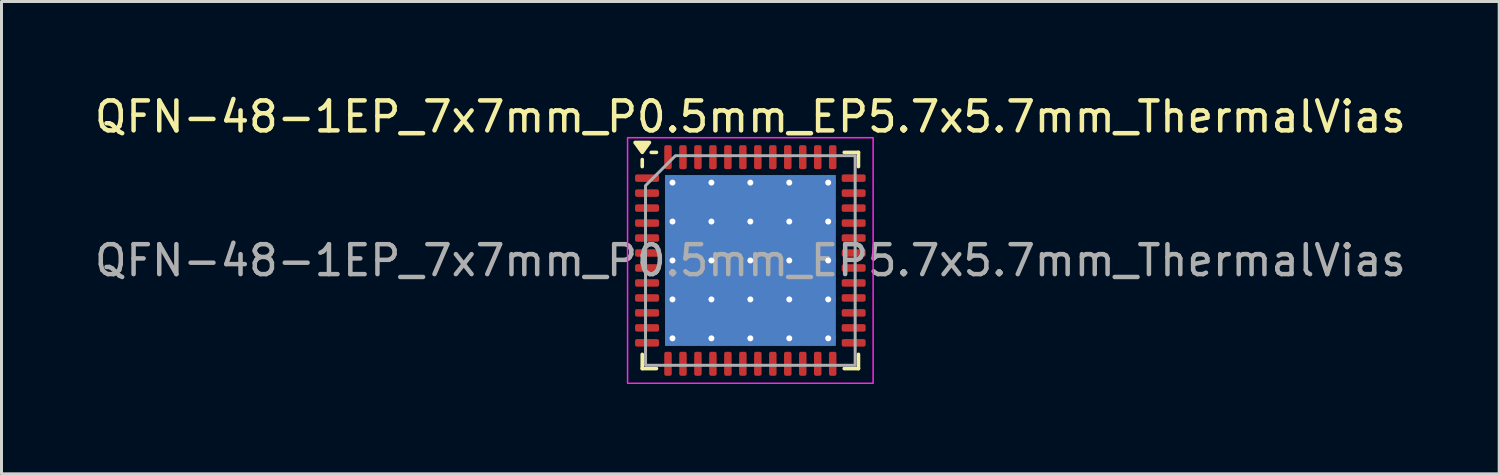
<source format=kicad_pcb>
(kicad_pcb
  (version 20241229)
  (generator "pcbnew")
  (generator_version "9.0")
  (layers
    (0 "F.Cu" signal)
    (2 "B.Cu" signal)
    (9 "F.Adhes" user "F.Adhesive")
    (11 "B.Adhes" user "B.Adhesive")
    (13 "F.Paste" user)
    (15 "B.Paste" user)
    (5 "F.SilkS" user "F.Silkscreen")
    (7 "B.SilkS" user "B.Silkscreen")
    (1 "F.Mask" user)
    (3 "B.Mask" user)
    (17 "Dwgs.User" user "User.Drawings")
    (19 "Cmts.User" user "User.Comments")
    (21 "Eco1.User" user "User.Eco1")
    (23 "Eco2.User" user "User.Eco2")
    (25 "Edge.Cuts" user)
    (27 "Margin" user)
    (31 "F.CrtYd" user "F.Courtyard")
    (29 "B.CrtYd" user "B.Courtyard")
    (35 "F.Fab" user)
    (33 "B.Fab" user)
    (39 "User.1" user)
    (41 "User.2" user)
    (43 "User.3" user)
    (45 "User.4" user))
  (footprint "QFN-48-1EP_7x7mm_P0.5mm_EP5.7x5.7mm_ThermalVias"
    (layer "F.Cu")
    (at 22.006 5.648)
    (property "Reference" "QFN-48-1EP_7x7mm_P0.5mm_EP5.7x5.7mm_ThermalVias" (at 0 -4.8 0) (layer "F.SilkS") (effects (font (size 1 1) (thickness 0.15))))
    (attr smd)
    (fp_line (start -3.61 -3.135) (end -3.61 -3.37) (stroke (width 0.12) (type solid)) (layer "F.SilkS"))
    (fp_line (start -3.61 3.61) (end -3.61 3.135) (stroke (width 0.12) (type solid)) (layer "F.SilkS"))
    (fp_line (start -3.135 -3.61) (end -3.31 -3.61) (stroke (width 0.12) (type solid)) (layer "F.SilkS"))
    (fp_line (start -3.135 3.61) (end -3.61 3.61) (stroke (width 0.12) (type solid)) (layer "F.SilkS"))
    (fp_line (start 3.135 -3.61) (end 3.61 -3.61) (stroke (width 0.12) (type solid)) (layer "F.SilkS"))
    (fp_line (start 3.135 3.61) (end 3.61 3.61) (stroke (width 0.12) (type solid)) (layer "F.SilkS"))
    (fp_line (start 3.61 -3.61) (end 3.61 -3.135) (stroke (width 0.12) (type solid)) (layer "F.SilkS"))
    (fp_line (start 3.61 3.61) (end 3.61 3.135) (stroke (width 0.12) (type solid)) (layer "F.SilkS"))
    (fp_poly (pts (xy -3.61 -3.61) (xy -3.85 -3.94) (xy -3.37 -3.94)) (stroke (width 0.12) (type solid)) (fill yes) (layer "F.SilkS"))
    (fp_rect (start -4.1 -4.1) (end 4.1 4.1) (stroke (width 0.05) (type solid)) (fill no) (layer "F.CrtYd"))
    (fp_poly (pts (xy -3.5 -2.5) (xy -3.5 3.5) (xy 3.5 3.5) (xy 3.5 -3.5) (xy -2.5 -3.5)) (stroke (width 0.1) (type solid)) (fill no) (layer "F.Fab"))
    (fp_text user "${REFERENCE}" (at 0 0 0) (layer "F.Fab") (effects (font (size 1 1) (thickness 0.15))))
    (pad "" smd roundrect (at -1.95 -1.95) (size 1.104 1.104) (layers "F.Paste") (roundrect_rratio 0.226))
    (pad "" smd roundrect (at -1.95 -0.65) (size 1.104 1.104) (layers "F.Paste") (roundrect_rratio 0.226))
    (pad "" smd roundrect (at -1.95 0.65) (size 1.104 1.104) (layers "F.Paste") (roundrect_rratio 0.226))
    (pad "" smd roundrect (at -1.95 1.95) (size 1.104 1.104) (layers "F.Paste") (roundrect_rratio 0.226))
    (pad "" smd roundrect (at -0.65 -1.95) (size 1.104 1.104) (layers "F.Paste") (roundrect_rratio 0.226))
    (pad "" smd roundrect (at -0.65 -0.65) (size 1.104 1.104) (layers "F.Paste") (roundrect_rratio 0.226))
    (pad "" smd roundrect (at -0.65 0.65) (size 1.104 1.104) (layers "F.Paste") (roundrect_rratio 0.226))
    (pad "" smd roundrect (at -0.65 1.95) (size 1.104 1.104) (layers "F.Paste") (roundrect_rratio 0.226))
    (pad "" smd roundrect (at 0.65 -1.95) (size 1.104 1.104) (layers "F.Paste") (roundrect_rratio 0.226))
    (pad "" smd roundrect (at 0.65 -0.65) (size 1.104 1.104) (layers "F.Paste") (roundrect_rratio 0.226))
    (pad "" smd roundrect (at 0.65 0.65) (size 1.104 1.104) (layers "F.Paste") (roundrect_rratio 0.226))
    (pad "" smd roundrect (at 0.65 1.95) (size 1.104 1.104) (layers "F.Paste") (roundrect_rratio 0.226))
    (pad "" smd roundrect (at 1.95 -1.95) (size 1.104 1.104) (layers "F.Paste") (roundrect_rratio 0.226))
    (pad "" smd roundrect (at 1.95 -0.65) (size 1.104 1.104) (layers "F.Paste") (roundrect_rratio 0.226))
    (pad "" smd roundrect (at 1.95 0.65) (size 1.104 1.104) (layers "F.Paste") (roundrect_rratio 0.226))
    (pad "" smd roundrect (at 1.95 1.95) (size 1.104 1.104) (layers "F.Paste") (roundrect_rratio 0.226))
    (pad "1" smd roundrect (at -3.45 -2.75) (size 0.8 0.25) (layers "F.Cu" "F.Mask" "F.Paste") (roundrect_rratio 0.25))
    (pad "2" smd roundrect (at -3.45 -2.25) (size 0.8 0.25) (layers "F.Cu" "F.Mask" "F.Paste") (roundrect_rratio 0.25))
    (pad "3" smd roundrect (at -3.45 -1.75) (size 0.8 0.25) (layers "F.Cu" "F.Mask" "F.Paste") (roundrect_rratio 0.25))
    (pad "4" smd roundrect (at -3.45 -1.25) (size 0.8 0.25) (layers "F.Cu" "F.Mask" "F.Paste") (roundrect_rratio 0.25))
    (pad "5" smd roundrect (at -3.45 -0.75) (size 0.8 0.25) (layers "F.Cu" "F.Mask" "F.Paste") (roundrect_rratio 0.25))
    (pad "6" smd roundrect (at -3.45 -0.25) (size 0.8 0.25) (layers "F.Cu" "F.Mask" "F.Paste") (roundrect_rratio 0.25))
    (pad "7" smd roundrect (at -3.45 0.25) (size 0.8 0.25) (layers "F.Cu" "F.Mask" "F.Paste") (roundrect_rratio 0.25))
    (pad "8" smd roundrect (at -3.45 0.75) (size 0.8 0.25) (layers "F.Cu" "F.Mask" "F.Paste") (roundrect_rratio 0.25))
    (pad "9" smd roundrect (at -3.45 1.25) (size 0.8 0.25) (layers "F.Cu" "F.Mask" "F.Paste") (roundrect_rratio 0.25))
    (pad "10" smd roundrect (at -3.45 1.75) (size 0.8 0.25) (layers "F.Cu" "F.Mask" "F.Paste") (roundrect_rratio 0.25))
    (pad "11" smd roundrect (at -3.45 2.25) (size 0.8 0.25) (layers "F.Cu" "F.Mask" "F.Paste") (roundrect_rratio 0.25))
    (pad "12" smd roundrect (at -3.45 2.75) (size 0.8 0.25) (layers "F.Cu" "F.Mask" "F.Paste") (roundrect_rratio 0.25))
    (pad "13" smd roundrect (at -2.75 3.45) (size 0.25 0.8) (layers "F.Cu" "F.Mask" "F.Paste") (roundrect_rratio 0.25))
    (pad "14" smd roundrect (at -2.25 3.45) (size 0.25 0.8) (layers "F.Cu" "F.Mask" "F.Paste") (roundrect_rratio 0.25))
    (pad "15" smd roundrect (at -1.75 3.45) (size 0.25 0.8) (layers "F.Cu" "F.Mask" "F.Paste") (roundrect_rratio 0.25))
    (pad "16" smd roundrect (at -1.25 3.45) (size 0.25 0.8) (layers "F.Cu" "F.Mask" "F.Paste") (roundrect_rratio 0.25))
    (pad "17" smd roundrect (at -0.75 3.45) (size 0.25 0.8) (layers "F.Cu" "F.Mask" "F.Paste") (roundrect_rratio 0.25))
    (pad "18" smd roundrect (at -0.25 3.45) (size 0.25 0.8) (layers "F.Cu" "F.Mask" "F.Paste") (roundrect_rratio 0.25))
    (pad "19" smd roundrect (at 0.25 3.45) (size 0.25 0.8) (layers "F.Cu" "F.Mask" "F.Paste") (roundrect_rratio 0.25))
    (pad "20" smd roundrect (at 0.75 3.45) (size 0.25 0.8) (layers "F.Cu" "F.Mask" "F.Paste") (roundrect_rratio 0.25))
    (pad "21" smd roundrect (at 1.25 3.45) (size 0.25 0.8) (layers "F.Cu" "F.Mask" "F.Paste") (roundrect_rratio 0.25))
    (pad "22" smd roundrect (at 1.75 3.45) (size 0.25 0.8) (layers "F.Cu" "F.Mask" "F.Paste") (roundrect_rratio 0.25))
    (pad "23" smd roundrect (at 2.25 3.45) (size 0.25 0.8) (layers "F.Cu" "F.Mask" "F.Paste") (roundrect_rratio 0.25))
    (pad "24" smd roundrect (at 2.75 3.45) (size 0.25 0.8) (layers "F.Cu" "F.Mask" "F.Paste") (roundrect_rratio 0.25))
    (pad "25" smd roundrect (at 3.45 2.75) (size 0.8 0.25) (layers "F.Cu" "F.Mask" "F.Paste") (roundrect_rratio 0.25))
    (pad "26" smd roundrect (at 3.45 2.25) (size 0.8 0.25) (layers "F.Cu" "F.Mask" "F.Paste") (roundrect_rratio 0.25))
    (pad "27" smd roundrect (at 3.45 1.75) (size 0.8 0.25) (layers "F.Cu" "F.Mask" "F.Paste") (roundrect_rratio 0.25))
    (pad "28" smd roundrect (at 3.45 1.25) (size 0.8 0.25) (layers "F.Cu" "F.Mask" "F.Paste") (roundrect_rratio 0.25))
    (pad "29" smd roundrect (at 3.45 0.75) (size 0.8 0.25) (layers "F.Cu" "F.Mask" "F.Paste") (roundrect_rratio 0.25))
    (pad "30" smd roundrect (at 3.45 0.25) (size 0.8 0.25) (layers "F.Cu" "F.Mask" "F.Paste") (roundrect_rratio 0.25))
    (pad "31" smd roundrect (at 3.45 -0.25) (size 0.8 0.25) (layers "F.Cu" "F.Mask" "F.Paste") (roundrect_rratio 0.25))
    (pad "32" smd roundrect (at 3.45 -0.75) (size 0.8 0.25) (layers "F.Cu" "F.Mask" "F.Paste") (roundrect_rratio 0.25))
    (pad "33" smd roundrect (at 3.45 -1.25) (size 0.8 0.25) (layers "F.Cu" "F.Mask" "F.Paste") (roundrect_rratio 0.25))
    (pad "34" smd roundrect (at 3.45 -1.75) (size 0.8 0.25) (layers "F.Cu" "F.Mask" "F.Paste") (roundrect_rratio 0.25))
    (pad "35" smd roundrect (at 3.45 -2.25) (size 0.8 0.25) (layers "F.Cu" "F.Mask" "F.Paste") (roundrect_rratio 0.25))
    (pad "36" smd roundrect (at 3.45 -2.75) (size 0.8 0.25) (layers "F.Cu" "F.Mask" "F.Paste") (roundrect_rratio 0.25))
    (pad "37" smd roundrect (at 2.75 -3.45) (size 0.25 0.8) (layers "F.Cu" "F.Mask" "F.Paste") (roundrect_rratio 0.25))
    (pad "38" smd roundrect (at 2.25 -3.45) (size 0.25 0.8) (layers "F.Cu" "F.Mask" "F.Paste") (roundrect_rratio 0.25))
    (pad "39" smd roundrect (at 1.75 -3.45) (size 0.25 0.8) (layers "F.Cu" "F.Mask" "F.Paste") (roundrect_rratio 0.25))
    (pad "40" smd roundrect (at 1.25 -3.45) (size 0.25 0.8) (layers "F.Cu" "F.Mask" "F.Paste") (roundrect_rratio 0.25))
    (pad "41" smd roundrect (at 0.75 -3.45) (size 0.25 0.8) (layers "F.Cu" "F.Mask" "F.Paste") (roundrect_rratio 0.25))
    (pad "42" smd roundrect (at 0.25 -3.45) (size 0.25 0.8) (layers "F.Cu" "F.Mask" "F.Paste") (roundrect_rratio 0.25))
    (pad "43" smd roundrect (at -0.25 -3.45) (size 0.25 0.8) (layers "F.Cu" "F.Mask" "F.Paste") (roundrect_rratio 0.25))
    (pad "44" smd roundrect (at -0.75 -3.45) (size 0.25 0.8) (layers "F.Cu" "F.Mask" "F.Paste") (roundrect_rratio 0.25))
    (pad "45" smd roundrect (at -1.25 -3.45) (size 0.25 0.8) (layers "F.Cu" "F.Mask" "F.Paste") (roundrect_rratio 0.25))
    (pad "46" smd roundrect (at -1.75 -3.45) (size 0.25 0.8) (layers "F.Cu" "F.Mask" "F.Paste") (roundrect_rratio 0.25))
    (pad "47" smd roundrect (at -2.25 -3.45) (size 0.25 0.8) (layers "F.Cu" "F.Mask" "F.Paste") (roundrect_rratio 0.25))
    (pad "48" smd roundrect (at -2.75 -3.45) (size 0.25 0.8) (layers "F.Cu" "F.Mask" "F.Paste") (roundrect_rratio 0.25))
    (pad "49" thru_hole circle (at -2.6 -2.6) (size 0.5 0.5) (drill 0.2) (property pad_prop_heatsink) (layers "*.Cu"))
    (pad "49" thru_hole circle (at -2.6 -1.3) (size 0.5 0.5) (drill 0.2) (property pad_prop_heatsink) (layers "*.Cu"))
    (pad "49" thru_hole circle (at -2.6 0) (size 0.5 0.5) (drill 0.2) (property pad_prop_heatsink) (layers "*.Cu"))
    (pad "49" thru_hole circle (at -2.6 1.3) (size 0.5 0.5) (drill 0.2) (property pad_prop_heatsink) (layers "*.Cu"))
    (pad "49" thru_hole circle (at -2.6 2.6) (size 0.5 0.5) (drill 0.2) (property pad_prop_heatsink) (layers "*.Cu"))
    (pad "49" thru_hole circle (at -1.3 -2.6) (size 0.5 0.5) (drill 0.2) (property pad_prop_heatsink) (layers "*.Cu"))
    (pad "49" thru_hole circle (at -1.3 -1.3) (size 0.5 0.5) (drill 0.2) (property pad_prop_heatsink) (layers "*.Cu"))
    (pad "49" thru_hole circle (at -1.3 0) (size 0.5 0.5) (drill 0.2) (property pad_prop_heatsink) (layers "*.Cu"))
    (pad "49" thru_hole circle (at -1.3 1.3) (size 0.5 0.5) (drill 0.2) (property pad_prop_heatsink) (layers "*.Cu"))
    (pad "49" thru_hole circle (at -1.3 2.6) (size 0.5 0.5) (drill 0.2) (property pad_prop_heatsink) (layers "*.Cu"))
    (pad "49" thru_hole circle (at 0 -2.6) (size 0.5 0.5) (drill 0.2) (property pad_prop_heatsink) (layers "*.Cu"))
    (pad "49" thru_hole circle (at 0 -1.3) (size 0.5 0.5) (drill 0.2) (property pad_prop_heatsink) (layers "*.Cu"))
    (pad "49" thru_hole circle (at 0 0) (size 0.5 0.5) (drill 0.2) (property pad_prop_heatsink) (layers "*.Cu"))
    (pad "49" smd rect (at 0 0) (size 5.7 5.7) (property pad_prop_heatsink) (layers "F.Cu" "F.Mask"))
    (pad "49" smd rect (at 0 0) (size 5.7 5.7) (property pad_prop_heatsink) (layers "B.Cu"))
    (pad "49" thru_hole circle (at 0 1.3) (size 0.5 0.5) (drill 0.2) (property pad_prop_heatsink) (layers "*.Cu"))
    (pad "49" thru_hole circle (at 0 2.6) (size 0.5 0.5) (drill 0.2) (property pad_prop_heatsink) (layers "*.Cu"))
    (pad "49" thru_hole circle (at 1.3 -2.6) (size 0.5 0.5) (drill 0.2) (property pad_prop_heatsink) (layers "*.Cu"))
    (pad "49" thru_hole circle (at 1.3 -1.3) (size 0.5 0.5) (drill 0.2) (property pad_prop_heatsink) (layers "*.Cu"))
    (pad "49" thru_hole circle (at 1.3 0) (size 0.5 0.5) (drill 0.2) (property pad_prop_heatsink) (layers "*.Cu"))
    (pad "49" thru_hole circle (at 1.3 1.3) (size 0.5 0.5) (drill 0.2) (property pad_prop_heatsink) (layers "*.Cu"))
    (pad "49" thru_hole circle (at 1.3 2.6) (size 0.5 0.5) (drill 0.2) (property pad_prop_heatsink) (layers "*.Cu"))
    (pad "49" thru_hole circle (at 2.6 -2.6) (size 0.5 0.5) (drill 0.2) (property pad_prop_heatsink) (layers "*.Cu"))
    (pad "49" thru_hole circle (at 2.6 -1.3) (size 0.5 0.5) (drill 0.2) (property pad_prop_heatsink) (layers "*.Cu"))
    (pad "49" thru_hole circle (at 2.6 0) (size 0.5 0.5) (drill 0.2) (property pad_prop_heatsink) (layers "*.Cu"))
    (pad "49" thru_hole circle (at 2.6 1.3) (size 0.5 0.5) (drill 0.2) (property pad_prop_heatsink) (layers "*.Cu"))
    (pad "49" thru_hole circle (at 2.6 2.6) (size 0.5 0.5) (drill 0.2) (property pad_prop_heatsink) (layers "*.Cu")))
  (gr_rect
    (start -3 -3)
    (end 47.012 12.773)
    (stroke (width 0.1) (type default))
    (fill no)
    (layer "Edge.Cuts")))
</source>
